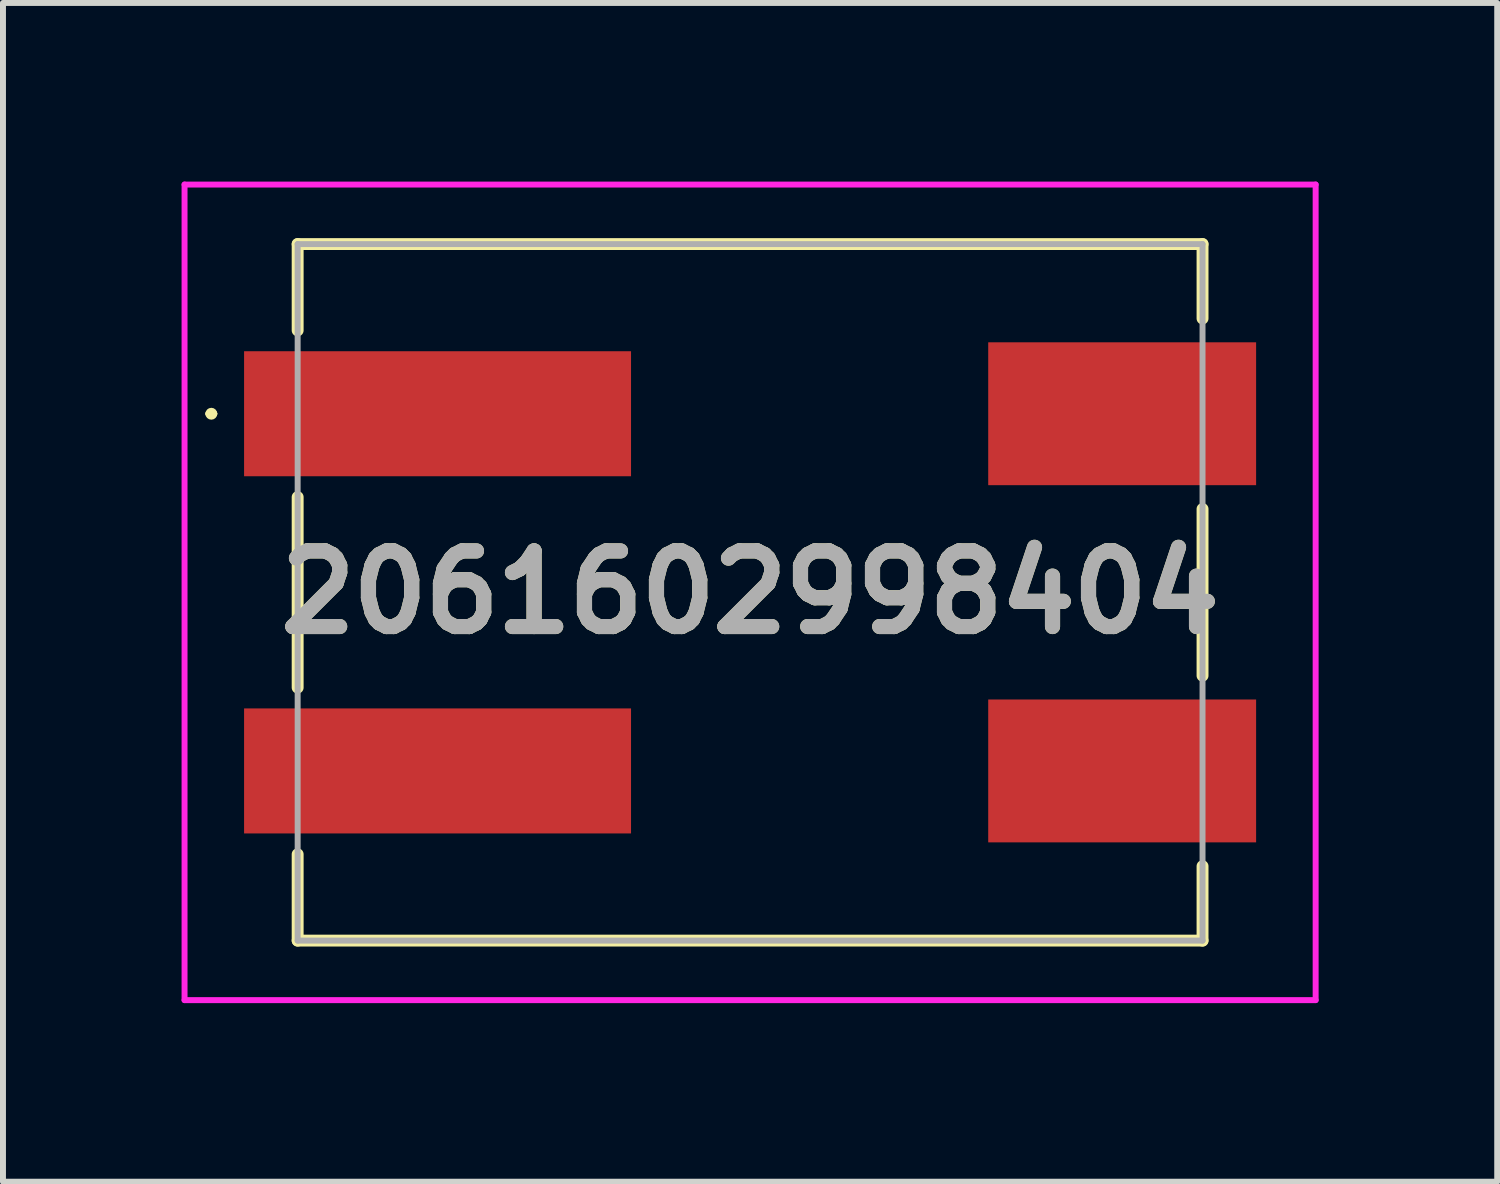
<source format=kicad_pcb>
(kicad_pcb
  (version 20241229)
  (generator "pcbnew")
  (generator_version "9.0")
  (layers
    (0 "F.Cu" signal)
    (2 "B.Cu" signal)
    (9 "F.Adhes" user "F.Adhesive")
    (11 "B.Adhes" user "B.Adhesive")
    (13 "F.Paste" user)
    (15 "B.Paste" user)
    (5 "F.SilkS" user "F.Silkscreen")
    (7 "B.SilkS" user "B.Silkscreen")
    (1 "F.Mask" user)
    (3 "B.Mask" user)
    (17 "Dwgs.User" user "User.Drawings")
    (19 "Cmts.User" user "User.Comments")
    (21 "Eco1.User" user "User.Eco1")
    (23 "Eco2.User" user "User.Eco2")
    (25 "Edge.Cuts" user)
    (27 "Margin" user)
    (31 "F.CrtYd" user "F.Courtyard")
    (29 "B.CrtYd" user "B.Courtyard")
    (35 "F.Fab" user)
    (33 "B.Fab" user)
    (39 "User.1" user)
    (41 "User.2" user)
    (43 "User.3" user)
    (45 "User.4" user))
  (footprint "2061602998404"
    (layer "F.Cu")
    (at 9.55 6.9)
    (property "Reference" "2061602998404" (at 0 0 0) (layer "F.SilkS") (effects (font (size 1.27 1.27) (thickness 0.254))))
    (attr smd)
    (fp_line (start -9.1 -3) (end -9.1 -3) (stroke (width 0.1) (type solid)) (layer "F.SilkS"))
    (fp_line (start -9 -3) (end -9 -3) (stroke (width 0.1) (type solid)) (layer "F.SilkS"))
    (fp_line (start -7.6 -5.85) (end -7.6 -4.4) (stroke (width 0.2) (type solid)) (layer "F.SilkS"))
    (fp_line (start -7.6 -1.6) (end -7.6 1.6) (stroke (width 0.2) (type solid)) (layer "F.SilkS"))
    (fp_line (start -7.6 4.4) (end -7.6 5.85) (stroke (width 0.2) (type solid)) (layer "F.SilkS"))
    (fp_line (start -7.6 5.85) (end 7.6 5.85) (stroke (width 0.2) (type solid)) (layer "F.SilkS"))
    (fp_line (start 7.6 -5.85) (end -7.6 -5.85) (stroke (width 0.2) (type solid)) (layer "F.SilkS"))
    (fp_line (start 7.6 -4.6) (end 7.6 -5.85) (stroke (width 0.2) (type solid)) (layer "F.SilkS"))
    (fp_line (start 7.6 1.4) (end 7.6 -1.4) (stroke (width 0.2) (type solid)) (layer "F.SilkS"))
    (fp_line (start 7.6 5.85) (end 7.6 4.6) (stroke (width 0.2) (type solid)) (layer "F.SilkS"))
    (fp_arc (start -9.1 -3) (mid -9.05 -3.05) (end -9 -3) (stroke (width 0.1) (type solid)) (layer "F.SilkS"))
    (fp_arc (start -9 -3) (mid -9.05 -2.95) (end -9.1 -3) (stroke (width 0.1) (type solid)) (layer "F.SilkS"))
    (fp_line (start -9.5 -6.85) (end 9.5 -6.85) (stroke (width 0.1) (type solid)) (layer "F.CrtYd"))
    (fp_line (start -9.5 6.85) (end -9.5 -6.85) (stroke (width 0.1) (type solid)) (layer "F.CrtYd"))
    (fp_line (start 9.5 -6.85) (end 9.5 6.85) (stroke (width 0.1) (type solid)) (layer "F.CrtYd"))
    (fp_line (start 9.5 6.85) (end -9.5 6.85) (stroke (width 0.1) (type solid)) (layer "F.CrtYd"))
    (fp_line (start -7.6 -5.85) (end -7.6 5.85) (stroke (width 0.1) (type solid)) (layer "F.Fab"))
    (fp_line (start -7.6 5.85) (end 7.6 5.85) (stroke (width 0.1) (type solid)) (layer "F.Fab"))
    (fp_line (start 7.6 -5.85) (end -7.6 -5.85) (stroke (width 0.1) (type solid)) (layer "F.Fab"))
    (fp_line (start 7.6 5.85) (end 7.6 -5.85) (stroke (width 0.1) (type solid)) (layer "F.Fab"))
    (fp_text user "${REFERENCE}" (at 0 0 0) (layer "F.Fab") (effects (font (size 1.27 1.27) (thickness 0.254))))
    (pad "1" smd rect (at -5.25 -3 90) (size 2.1 6.5) (layers "F.Cu" "F.Mask" "F.Paste"))
    (pad "2" smd rect (at 6.25 -3 90) (size 2.4 4.5) (layers "F.Cu" "F.Mask" "F.Paste"))
    (pad "3" smd rect (at -5.25 3 90) (size 2.1 6.5) (layers "F.Cu" "F.Mask" "F.Paste"))
    (pad "4" smd rect (at 6.25 3 90) (size 2.4 4.5) (layers "F.Cu" "F.Mask" "F.Paste")))
  (gr_rect
    (start -3 -3)
    (end 22.1 16.8)
    (stroke (width 0.1) (type default))
    (fill no)
    (layer "Edge.Cuts")))
</source>
